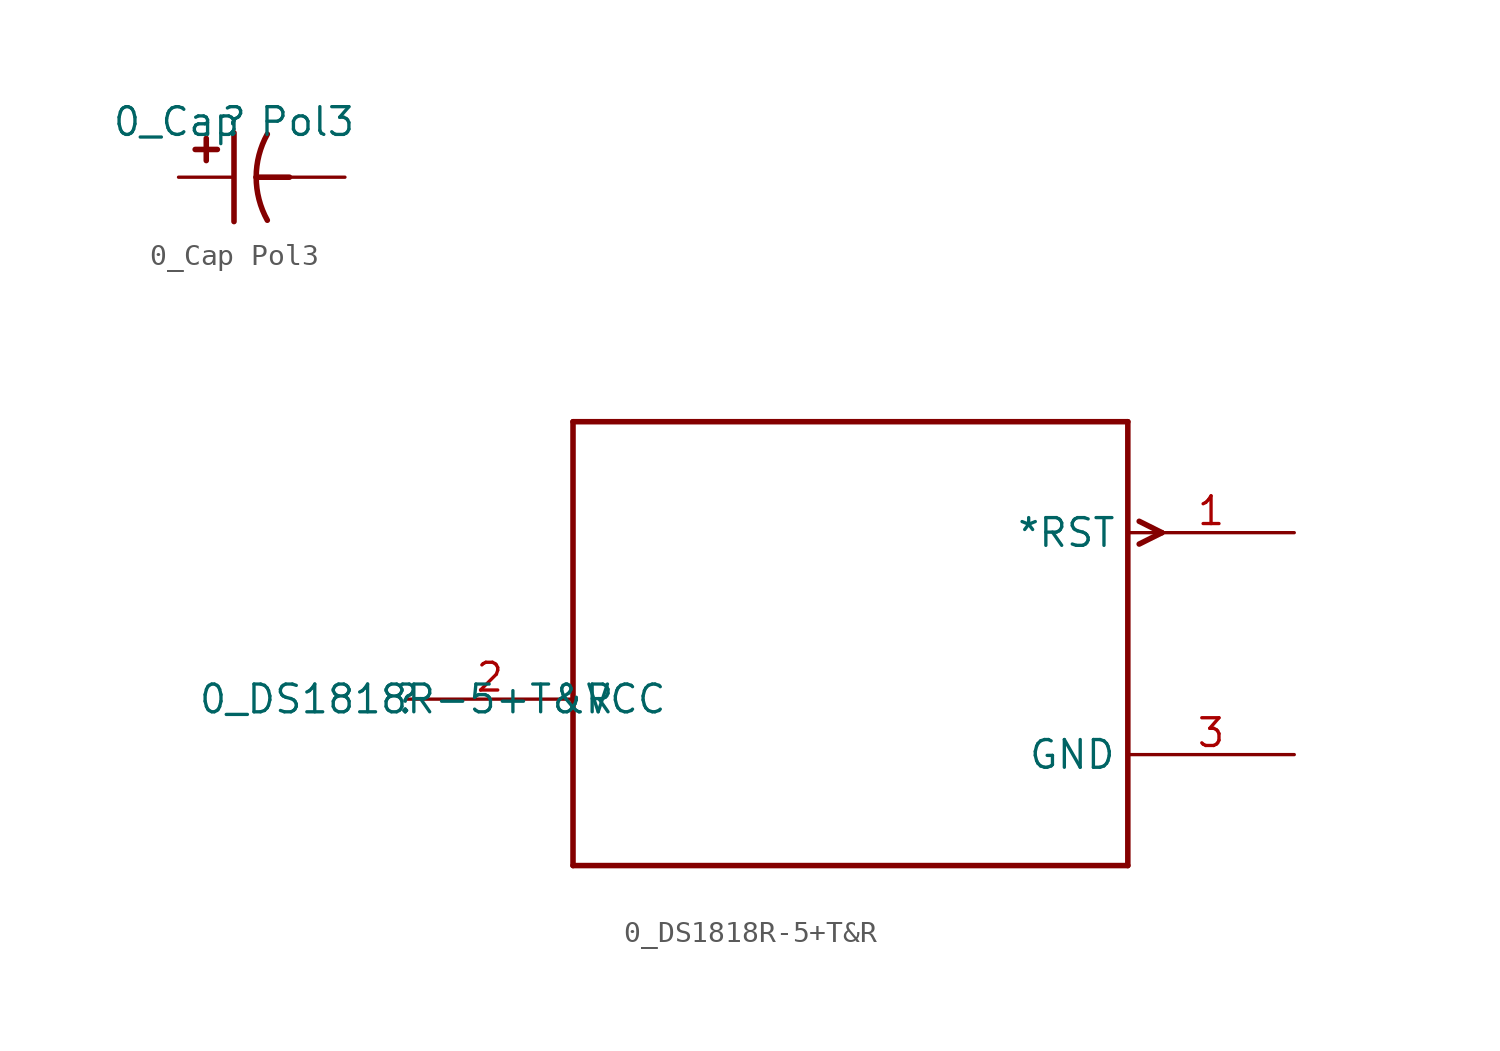
<source format=kicad_sym>
(kicad_symbol_lib
  (version 20211014)
  (generator kicad_symbol_editor)
  (symbol "0_Cap Pol3"
    (property "Reference" ""
      (at 0 0 0)
      (effects (font (size 1.27 1.27))))
    (property "Value" "0_Cap Pol3"
      (at 0 0 0)
      (effects (font (size 1.27 1.27))))
    (symbol "0_Cap Pol3_1_0"
      (polyline (pts (xy -1.27 -1.778) (xy -1.27 -0.762)) (stroke (width 0.254) (type default) (color 0 0 0 0)) (fill (type none)))
      (polyline (pts (xy -0.762 -1.27) (xy -1.778 -1.27)) (stroke (width 0.254) (type default) (color 0 0 0 0)) (fill (type none)))
      (polyline (pts (xy 0 -4.572) (xy 0 -0.508)) (stroke (width 0.254) (type default) (color 0 0 0 0)) (fill (type none)))
      (polyline (pts (xy 1.016 -2.54) (xy 2.54 -2.54)) (stroke (width 0.254) (type default) (color 0 0 0 0)) (fill (type none)))
      (arc (start 1.016 -2.54) (mid 1.1454 -3.5575) (end 1.5255 -4.5103) (stroke (width 0.254) (type default) (color 0 0 0 0)) (fill (type none)))
      (arc (start 1.5255 -0.5697) (mid 1.1454 -1.5224) (end 1.016 -2.54) (stroke (width 0.254) (type default) (color 0 0 0 0)) (fill (type none)))
      (pin passive line (at -2.54 -2.54 0) (length 2.54) (name "1" (effects (font (size 0 0)))) (number "1" (effects (font (size 0 0)))))
      (pin passive line (at 5.08 -2.54 180) (length 2.54) (name "2" (effects (font (size 0 0)))) (number "2" (effects (font (size 0 0)))))))
  (symbol "0_DS1818R-5+T&R"
    (property "Reference" ""
      (at 0 0 0)
      (effects (font (size 1.27 1.27))))
    (property "Value" "0_DS1818R-5+T&R"
      (at 0 0 0)
      (effects (font (size 1.27 1.27))))
    (symbol "0_DS1818R-5+T&R_1_0"
      (polyline (pts (xy 7.62 -7.62) (xy 33.02 -7.62)) (stroke (width 0.254) (type default) (color 0 0 0 0)) (fill (type none)))
      (polyline (pts (xy 7.62 12.7) (xy 7.62 -7.62)) (stroke (width 0.254) (type default) (color 0 0 0 0)) (fill (type none)))
      (polyline (pts (xy 33.02 -7.62) (xy 33.02 12.7)) (stroke (width 0.254) (type default) (color 0 0 0 0)) (fill (type none)))
      (polyline (pts (xy 33.02 12.7) (xy 7.62 12.7)) (stroke (width 0.254) (type default) (color 0 0 0 0)) (fill (type none)))
      (polyline (pts (xy 33.541 7.099) (xy 34.582 7.62)) (stroke (width 0.254) (type default) (color 0 0 0 0)) (fill (type none)))
      (polyline (pts (xy 33.541 8.141) (xy 34.582 7.62)) (stroke (width 0.254) (type default) (color 0 0 0 0)) (fill (type none)))
      (pin output line (at 40.64 7.62 180) (length 7.62) (name "*RST" (effects (font (size 1.27 1.27)))) (number "1" (effects (font (size 1.27 1.27)))))
      (pin power_in line (at 0 0 0) (length 7.62) (name "VCC" (effects (font (size 1.27 1.27)))) (number "2" (effects (font (size 1.27 1.27)))))
      (pin power_in line (at 40.64 -2.54 180) (length 7.62) (name "GND" (effects (font (size 1.27 1.27)))) (number "3" (effects (font (size 1.27 1.27))))))))
</source>
